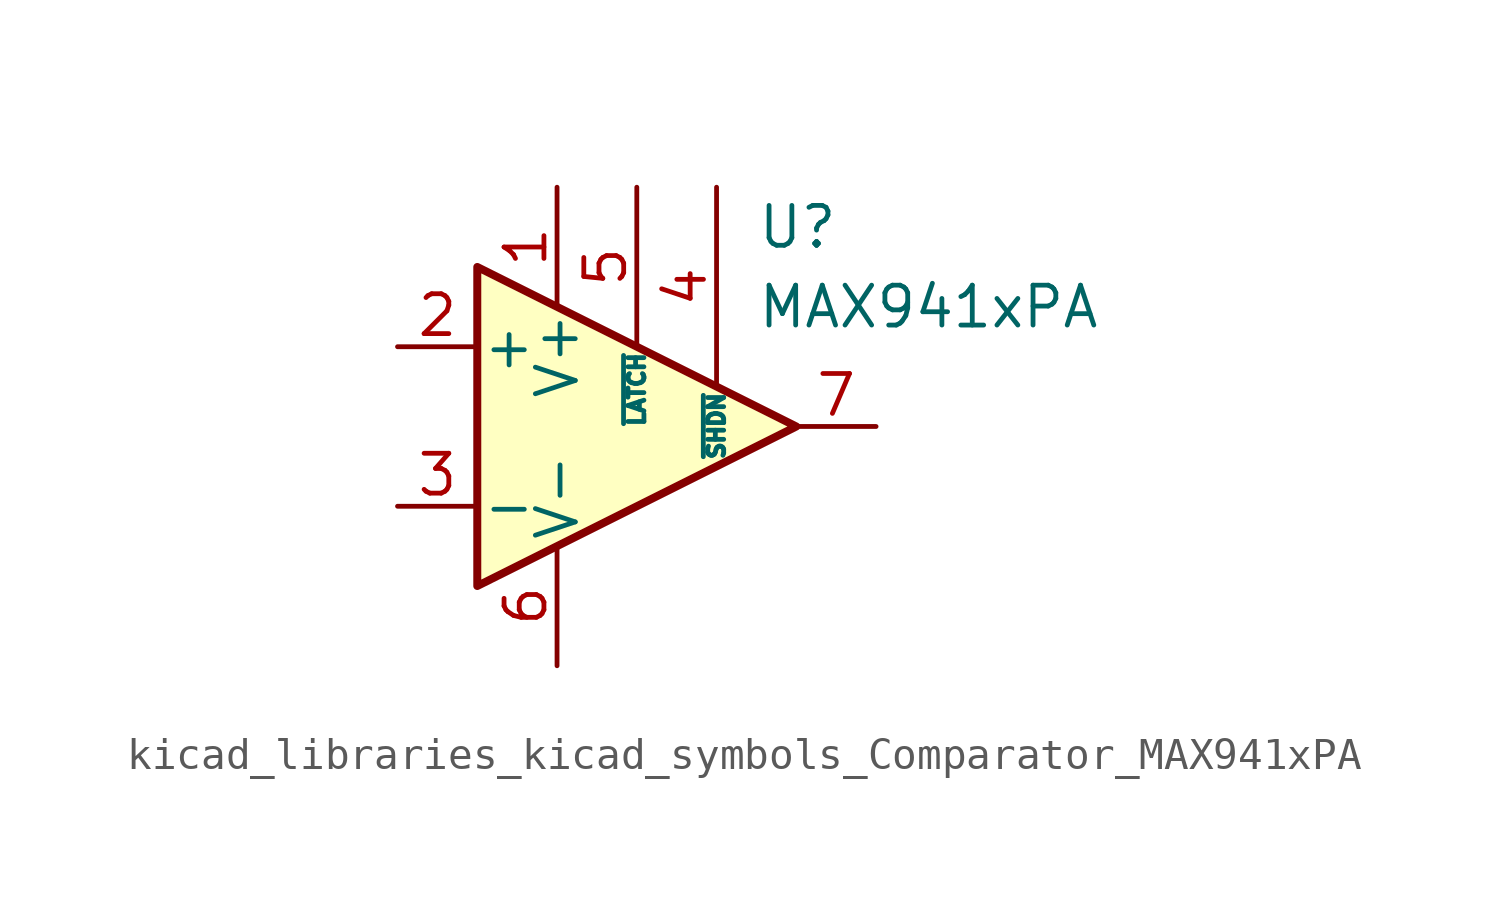
<source format=kicad_sym>
(kicad_symbol_lib
  (version 20220914)
  (generator kicad_symbol_editor)
  (symbol "kicad_libraries_kicad_symbols_Comparator_MAX941xPA"
    (pin_names
      (offset 0.127))
    (property "Reference" "U"
      (at 3.81 6.35 0)
      (effects (font (size 1.27 1.27)) (justify left)))
    (property "Value" "MAX941xPA"
      (at 3.81 3.81 0)
      (effects (font (size 1.27 1.27)) (justify left)))
    (symbol "kicad_libraries_kicad_symbols_Comparator_MAX941xPA_0_1"
      (polyline (pts (xy -5.08 5.08) (xy -5.08 -5.08) (xy 5.08 0) (xy -5.08 5.08)) (stroke (width 0.254) (type default)) (fill (type background))))
    (symbol "kicad_libraries_kicad_symbols_Comparator_MAX941xPA_1_1"
      (pin power_in line (at -2.54 7.62 270) (length 3.81) (name "V+" (effects (font (size 1.27 1.27)))) (number "1" (effects (font (size 1.27 1.27)))))
      (pin input line (at -7.62 2.54 0) (length 2.54) (name "+" (effects (font (size 1.27 1.27)))) (number "2" (effects (font (size 1.27 1.27)))))
      (pin input line (at -7.62 -2.54 0) (length 2.54) (name "-" (effects (font (size 1.27 1.27)))) (number "3" (effects (font (size 1.27 1.27)))))
      (pin input line (at 2.54 7.62 270) (length 6.35) (name "~{SHDN}" (effects (font (size 0.508 0.508)))) (number "4" (effects (font (size 1.27 1.27)))))
      (pin input line (at 0 7.62 270) (length 5.08) (name "~{LATCH}" (effects (font (size 0.508 0.508)))) (number "5" (effects (font (size 1.27 1.27)))))
      (pin power_in line (at -2.54 -7.62 90) (length 3.81) (name "V-" (effects (font (size 1.27 1.27)))) (number "6" (effects (font (size 1.27 1.27)))))
      (pin output line (at 7.62 0 180) (length 2.54) (name "~" (effects (font (size 1.27 1.27)))) (number "7" (effects (font (size 1.27 1.27)))))
      (pin no_connect line (at 0 -2.54 90) (length 2.54) hide (name "NC" (effects (font (size 0.508 0.508)))) (number "8" (effects (font (size 1.27 1.27))))))))
</source>
